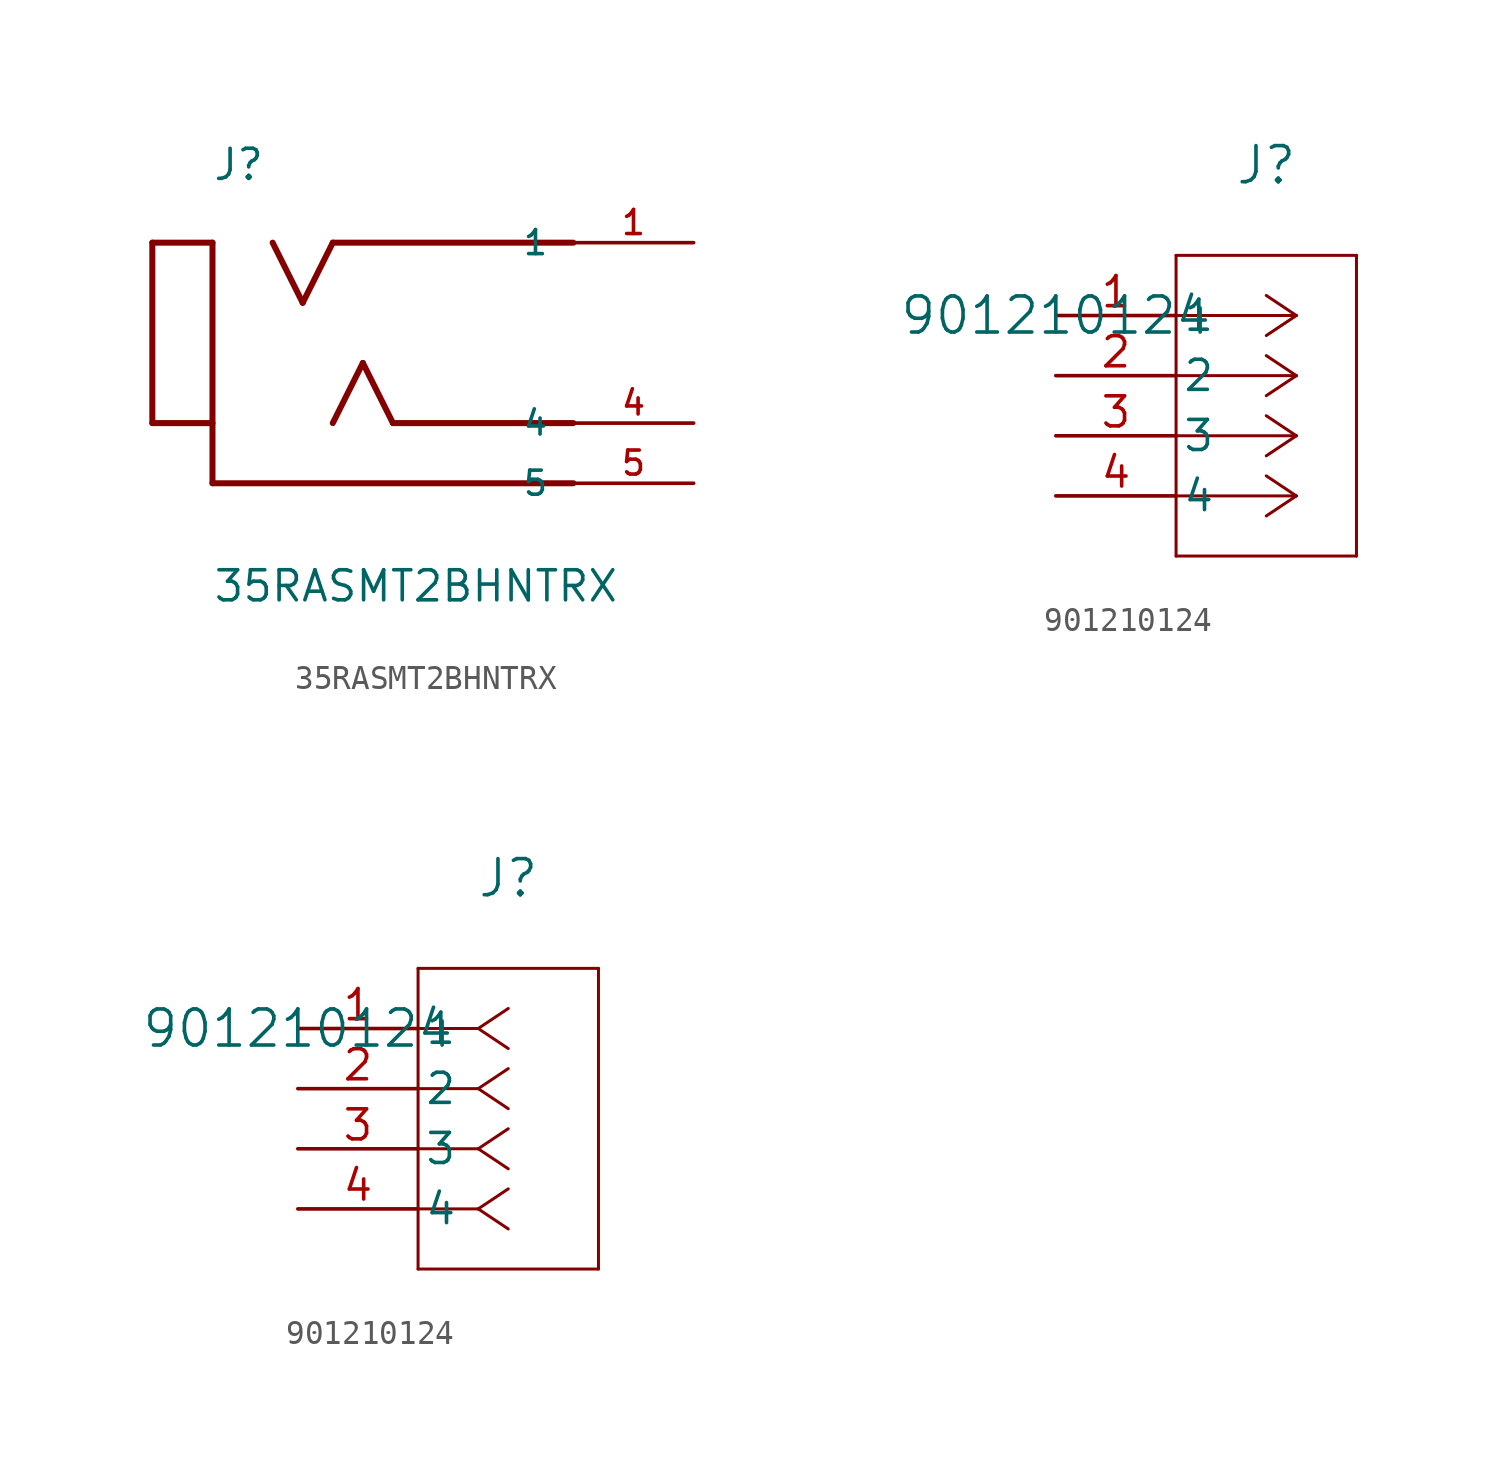
<source format=kicad_sym>
(kicad_symbol_lib
  (version 20231120)
  (generator "kicad_symbol_editor")
  (generator_version "8.0")
  (symbol "35RASMT2BHNTRX"
    (pin_names
      (offset 1.016))
    (property "Reference" "J"
      (at -12.722 7.633 0)
      (effects (font (size 1.27 1.27)) (justify left bottom)))
    (property "Value" "35RASMT2BHNTRX"
      (at -12.708 -10.166 0)
      (effects (font (size 1.27 1.27)) (justify left bottom)))
    (symbol "35RASMT2BHNTRX_0_0"
      (polyline (pts (xy -15.24 -2.54) (xy -12.7 -2.54)) (stroke (width 0.254) (type default)) (fill (type none)))
      (polyline (pts (xy -15.24 5.08) (xy -15.24 -2.54)) (stroke (width 0.254) (type default)) (fill (type none)))
      (polyline (pts (xy -12.7 -5.08) (xy 2.54 -5.08)) (stroke (width 0.254) (type default)) (fill (type none)))
      (polyline (pts (xy -12.7 5.08) (xy -15.24 5.08)) (stroke (width 0.254) (type default)) (fill (type none)))
      (polyline (pts (xy -12.7 5.08) (xy -12.7 -5.08)) (stroke (width 0.254) (type default)) (fill (type none)))
      (polyline (pts (xy -10.16 5.08) (xy -8.89 2.54)) (stroke (width 0.254) (type default)) (fill (type none)))
      (polyline (pts (xy -8.89 2.54) (xy -7.62 5.08)) (stroke (width 0.254) (type default)) (fill (type none)))
      (polyline (pts (xy -7.62 5.08) (xy 2.54 5.08)) (stroke (width 0.254) (type default)) (fill (type none)))
      (polyline (pts (xy -6.35 0) (xy -7.62 -2.54)) (stroke (width 0.254) (type default)) (fill (type none)))
      (polyline (pts (xy -6.35 0) (xy -5.08 -2.54)) (stroke (width 0.254) (type default)) (fill (type none)))
      (polyline (pts (xy -5.08 -2.54) (xy 2.54 -2.54)) (stroke (width 0.254) (type default)) (fill (type none)))
      (pin passive line (at 7.62 5.08 180) (length 5.08) (name "1" (effects (font (size 1.016 1.016)))) (number "1" (effects (font (size 1.016 1.016)))))
      (pin passive line (at 7.62 -2.54 180) (length 5.08) (name "4" (effects (font (size 1.016 1.016)))) (number "4" (effects (font (size 1.016 1.016)))))
      (pin passive line (at 7.62 -5.08 180) (length 5.08) (name "5" (effects (font (size 1.016 1.016)))) (number "5" (effects (font (size 1.016 1.016)))))))
  (symbol "901210124"
    (pin_names
      (offset 0.254))
    (property "Reference" "J"
      (at 8.89 6.35 0)
      (effects (font (size 1.524 1.524))))
    (property "Value" "901210124"
      (at 0 0 0)
      (effects (font (size 1.524 1.524))))
    (symbol "901210124_1_1"
      (polyline (pts (xy 5.08 -10.16) (xy 12.7 -10.16)) (stroke (width 0.127) (type default)) (fill (type none)))
      (polyline (pts (xy 5.08 2.54) (xy 5.08 -10.16)) (stroke (width 0.127) (type default)) (fill (type none)))
      (polyline (pts (xy 10.16 -7.62) (xy 5.08 -7.62)) (stroke (width 0.127) (type default)) (fill (type none)))
      (polyline (pts (xy 10.16 -7.62) (xy 8.89 -8.467)) (stroke (width 0.127) (type default)) (fill (type none)))
      (polyline (pts (xy 10.16 -7.62) (xy 8.89 -6.773)) (stroke (width 0.127) (type default)) (fill (type none)))
      (polyline (pts (xy 10.16 -5.08) (xy 5.08 -5.08)) (stroke (width 0.127) (type default)) (fill (type none)))
      (polyline (pts (xy 10.16 -5.08) (xy 8.89 -5.927)) (stroke (width 0.127) (type default)) (fill (type none)))
      (polyline (pts (xy 10.16 -5.08) (xy 8.89 -4.233)) (stroke (width 0.127) (type default)) (fill (type none)))
      (polyline (pts (xy 10.16 -2.54) (xy 5.08 -2.54)) (stroke (width 0.127) (type default)) (fill (type none)))
      (polyline (pts (xy 10.16 -2.54) (xy 8.89 -3.387)) (stroke (width 0.127) (type default)) (fill (type none)))
      (polyline (pts (xy 10.16 -2.54) (xy 8.89 -1.693)) (stroke (width 0.127) (type default)) (fill (type none)))
      (polyline (pts (xy 10.16 0) (xy 5.08 0)) (stroke (width 0.127) (type default)) (fill (type none)))
      (polyline (pts (xy 10.16 0) (xy 8.89 -0.847)) (stroke (width 0.127) (type default)) (fill (type none)))
      (polyline (pts (xy 10.16 0) (xy 8.89 0.847)) (stroke (width 0.127) (type default)) (fill (type none)))
      (polyline (pts (xy 12.7 -10.16) (xy 12.7 2.54)) (stroke (width 0.127) (type default)) (fill (type none)))
      (polyline (pts (xy 12.7 2.54) (xy 5.08 2.54)) (stroke (width 0.127) (type default)) (fill (type none)))
      (pin unspecified line (at 0 0 0) (length 5.08) (name "1" (effects (font (size 1.27 1.27)))) (number "1" (effects (font (size 1.27 1.27)))))
      (pin unspecified line (at 0 -2.54 0) (length 5.08) (name "2" (effects (font (size 1.27 1.27)))) (number "2" (effects (font (size 1.27 1.27)))))
      (pin unspecified line (at 0 -5.08 0) (length 5.08) (name "3" (effects (font (size 1.27 1.27)))) (number "3" (effects (font (size 1.27 1.27)))))
      (pin unspecified line (at 0 -7.62 0) (length 5.08) (name "4" (effects (font (size 1.27 1.27)))) (number "4" (effects (font (size 1.27 1.27))))))
    (symbol "901210124_1_2"
      (polyline (pts (xy 5.08 -10.16) (xy 12.7 -10.16)) (stroke (width 0.127) (type default)) (fill (type none)))
      (polyline (pts (xy 5.08 2.54) (xy 5.08 -10.16)) (stroke (width 0.127) (type default)) (fill (type none)))
      (polyline (pts (xy 7.62 -7.62) (xy 5.08 -7.62)) (stroke (width 0.127) (type default)) (fill (type none)))
      (polyline (pts (xy 7.62 -7.62) (xy 8.89 -8.467)) (stroke (width 0.127) (type default)) (fill (type none)))
      (polyline (pts (xy 7.62 -7.62) (xy 8.89 -6.773)) (stroke (width 0.127) (type default)) (fill (type none)))
      (polyline (pts (xy 7.62 -5.08) (xy 5.08 -5.08)) (stroke (width 0.127) (type default)) (fill (type none)))
      (polyline (pts (xy 7.62 -5.08) (xy 8.89 -5.927)) (stroke (width 0.127) (type default)) (fill (type none)))
      (polyline (pts (xy 7.62 -5.08) (xy 8.89 -4.233)) (stroke (width 0.127) (type default)) (fill (type none)))
      (polyline (pts (xy 7.62 -2.54) (xy 5.08 -2.54)) (stroke (width 0.127) (type default)) (fill (type none)))
      (polyline (pts (xy 7.62 -2.54) (xy 8.89 -3.387)) (stroke (width 0.127) (type default)) (fill (type none)))
      (polyline (pts (xy 7.62 -2.54) (xy 8.89 -1.693)) (stroke (width 0.127) (type default)) (fill (type none)))
      (polyline (pts (xy 7.62 0) (xy 5.08 0)) (stroke (width 0.127) (type default)) (fill (type none)))
      (polyline (pts (xy 7.62 0) (xy 8.89 -0.847)) (stroke (width 0.127) (type default)) (fill (type none)))
      (polyline (pts (xy 7.62 0) (xy 8.89 0.847)) (stroke (width 0.127) (type default)) (fill (type none)))
      (polyline (pts (xy 12.7 -10.16) (xy 12.7 2.54)) (stroke (width 0.127) (type default)) (fill (type none)))
      (polyline (pts (xy 12.7 2.54) (xy 5.08 2.54)) (stroke (width 0.127) (type default)) (fill (type none)))
      (pin unspecified line (at 0 0 0) (length 5.08) (name "1" (effects (font (size 1.27 1.27)))) (number "1" (effects (font (size 1.27 1.27)))))
      (pin unspecified line (at 0 -2.54 0) (length 5.08) (name "2" (effects (font (size 1.27 1.27)))) (number "2" (effects (font (size 1.27 1.27)))))
      (pin unspecified line (at 0 -5.08 0) (length 5.08) (name "3" (effects (font (size 1.27 1.27)))) (number "3" (effects (font (size 1.27 1.27)))))
      (pin unspecified line (at 0 -7.62 0) (length 5.08) (name "4" (effects (font (size 1.27 1.27)))) (number "4" (effects (font (size 1.27 1.27))))))))
</source>
